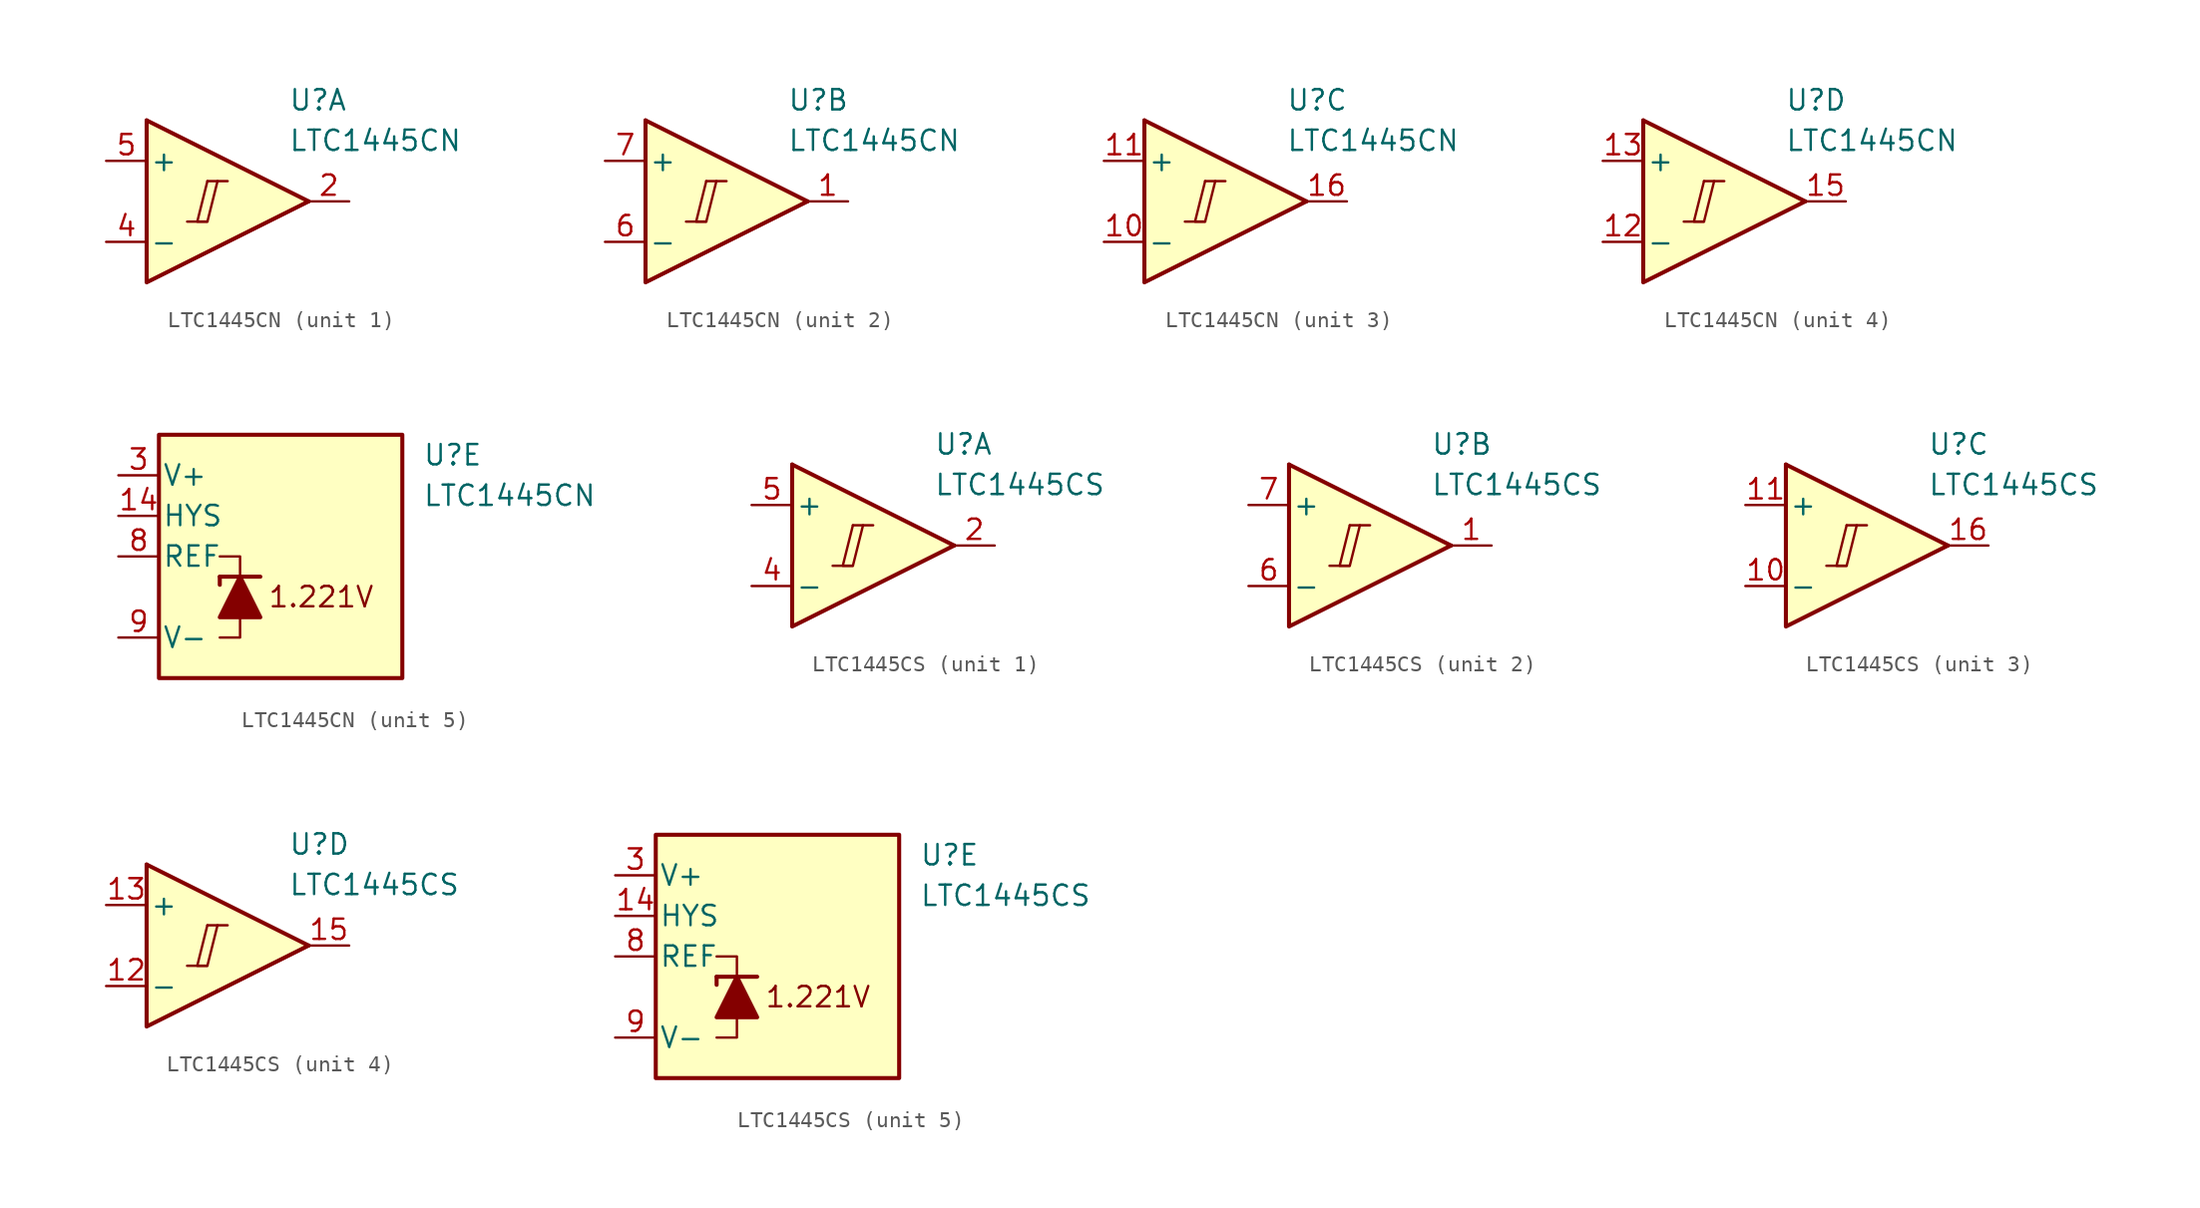
<source format=kicad_sym>
(kicad_symbol_lib
  (version 20231120)
  (generator "kicad_symbol_editor")
  (generator_version "8.0")
  (symbol "LTC1445CN"
    (pin_names
      (offset 0.2))
    (property "Reference" "U"
      (at 5.08 6.35 0)
      (effects (font (size 1.27 1.27)) (justify left)))
    (property "Value" "LTC1445CN"
      (at 5.08 3.81 0)
      (effects (font (size 1.27 1.27)) (justify left)))
    (property "ki_locked" ""
      (at 0 0 0)
      (effects (font (size 1.27 1.27))))
    (symbol "LTC1445CN_1_0"
      (polyline (pts (xy -1.27 -1.27) (xy 0 -1.27)) (stroke (width 0.152) (type default)) (fill (type none)))
      (polyline (pts (xy 0 1.27) (xy 1.27 1.27)) (stroke (width 0.152) (type default)) (fill (type none)))
      (polyline (pts (xy 0 1.27) (xy -0.635 -1.27) (xy 0 -1.27) (xy 0.635 1.27)) (stroke (width 0.152) (type default)) (fill (type none))))
    (symbol "LTC1445CN_1_1"
      (polyline (pts (xy -3.81 5.08) (xy 6.35 0)) (stroke (width 0.254) (type default)) (fill (type none)))
      (polyline (pts (xy -3.81 5.08) (xy -3.81 -5.08) (xy 6.35 0)) (stroke (width 0.254) (type default)) (fill (type background)))
      (pin output line (at 8.89 0 180) (length 2.54) (name "~" (effects (font (size 1.27 1.27)))) (number "2" (effects (font (size 1.27 1.27)))))
      (pin input line (at -6.35 -2.54 0) (length 2.54) (name "-" (effects (font (size 1.27 1.27)))) (number "4" (effects (font (size 1.27 1.27)))))
      (pin input line (at -6.35 2.54 0) (length 2.54) (name "+" (effects (font (size 1.27 1.27)))) (number "5" (effects (font (size 1.27 1.27))))))
    (symbol "LTC1445CN_2_0"
      (polyline (pts (xy -1.27 -1.27) (xy 0 -1.27)) (stroke (width 0.152) (type default)) (fill (type none)))
      (polyline (pts (xy 0 1.27) (xy 1.27 1.27)) (stroke (width 0.152) (type default)) (fill (type none)))
      (polyline (pts (xy 0 1.27) (xy -0.635 -1.27) (xy 0 -1.27) (xy 0.635 1.27)) (stroke (width 0.152) (type default)) (fill (type none))))
    (symbol "LTC1445CN_2_1"
      (polyline (pts (xy -3.81 5.08) (xy 6.35 0)) (stroke (width 0.254) (type default)) (fill (type none)))
      (polyline (pts (xy -3.81 5.08) (xy -3.81 -5.08) (xy 6.35 0)) (stroke (width 0.254) (type default)) (fill (type background)))
      (pin output line (at 8.89 0 180) (length 2.54) (name "~" (effects (font (size 1.27 1.27)))) (number "1" (effects (font (size 1.27 1.27)))))
      (pin input line (at -6.35 -2.54 0) (length 2.54) (name "-" (effects (font (size 1.27 1.27)))) (number "6" (effects (font (size 1.27 1.27)))))
      (pin input line (at -6.35 2.54 0) (length 2.54) (name "+" (effects (font (size 1.27 1.27)))) (number "7" (effects (font (size 1.27 1.27))))))
    (symbol "LTC1445CN_3_0"
      (polyline (pts (xy -1.27 -1.27) (xy 0 -1.27)) (stroke (width 0.152) (type default)) (fill (type none)))
      (polyline (pts (xy 0 1.27) (xy 1.27 1.27)) (stroke (width 0.152) (type default)) (fill (type none)))
      (polyline (pts (xy 0 1.27) (xy -0.635 -1.27) (xy 0 -1.27) (xy 0.635 1.27)) (stroke (width 0.152) (type default)) (fill (type none))))
    (symbol "LTC1445CN_3_1"
      (polyline (pts (xy -3.81 5.08) (xy 6.35 0)) (stroke (width 0.254) (type default)) (fill (type none)))
      (polyline (pts (xy -3.81 5.08) (xy -3.81 -5.08) (xy 6.35 0)) (stroke (width 0.254) (type default)) (fill (type background)))
      (pin input line (at -6.35 -2.54 0) (length 2.54) (name "-" (effects (font (size 1.27 1.27)))) (number "10" (effects (font (size 1.27 1.27)))))
      (pin input line (at -6.35 2.54 0) (length 2.54) (name "+" (effects (font (size 1.27 1.27)))) (number "11" (effects (font (size 1.27 1.27)))))
      (pin output line (at 8.89 0 180) (length 2.54) (name "~" (effects (font (size 1.27 1.27)))) (number "16" (effects (font (size 1.27 1.27))))))
    (symbol "LTC1445CN_4_0"
      (polyline (pts (xy -1.27 -1.27) (xy 0 -1.27)) (stroke (width 0.152) (type default)) (fill (type none)))
      (polyline (pts (xy 0 1.27) (xy 1.27 1.27)) (stroke (width 0.152) (type default)) (fill (type none)))
      (polyline (pts (xy 0 1.27) (xy -0.635 -1.27) (xy 0 -1.27) (xy 0.635 1.27)) (stroke (width 0.152) (type default)) (fill (type none))))
    (symbol "LTC1445CN_4_1"
      (polyline (pts (xy -3.81 5.08) (xy 6.35 0)) (stroke (width 0.254) (type default)) (fill (type none)))
      (polyline (pts (xy -3.81 5.08) (xy -3.81 -5.08) (xy 6.35 0)) (stroke (width 0.254) (type default)) (fill (type background)))
      (pin input line (at -6.35 -2.54 0) (length 2.54) (name "-" (effects (font (size 1.27 1.27)))) (number "12" (effects (font (size 1.27 1.27)))))
      (pin input line (at -6.35 2.54 0) (length 2.54) (name "+" (effects (font (size 1.27 1.27)))) (number "13" (effects (font (size 1.27 1.27)))))
      (pin output line (at 8.89 0 180) (length 2.54) (name "~" (effects (font (size 1.27 1.27)))) (number "15" (effects (font (size 1.27 1.27))))))
    (symbol "LTC1445CN_5_0"
      (text "1.221V" (at -1.27 -2.54 0) (effects (font (size 1.27 1.27)))))
    (symbol "LTC1445CN_5_1"
      (rectangle (start -11.43 7.62) (end 3.81 -7.62) (stroke (width 0.254) (type default)) (fill (type background)))
      (polyline (pts (xy -7.62 -1.27) (xy -7.62 -1.778)) (stroke (width 0.254) (type default)) (fill (type none)))
      (polyline (pts (xy -7.62 -1.27) (xy -5.08 -1.27)) (stroke (width 0.254) (type default)) (fill (type none)))
      (polyline (pts (xy -6.35 -3.81) (xy -6.35 -5.08) (xy -7.62 -5.08)) (stroke (width 0) (type default)) (fill (type none)))
      (polyline (pts (xy -6.35 -1.27) (xy -6.35 0) (xy -7.62 0)) (stroke (width 0) (type default)) (fill (type none)))
      (polyline (pts (xy -5.08 -3.81) (xy -7.62 -3.81) (xy -6.35 -1.27) (xy -5.08 -3.81)) (stroke (width 0.254) (type default)) (fill (type outline)))
      (pin input line (at -13.97 2.54 0) (length 2.54) (name "HYS" (effects (font (size 1.27 1.27)))) (number "14" (effects (font (size 1.27 1.27)))))
      (pin power_in line (at -13.97 5.08 0) (length 2.54) (name "V+" (effects (font (size 1.27 1.27)))) (number "3" (effects (font (size 1.27 1.27)))))
      (pin output line (at -13.97 0 0) (length 2.54) (name "REF" (effects (font (size 1.27 1.27)))) (number "8" (effects (font (size 1.27 1.27)))))
      (pin power_in line (at -13.97 -5.08 0) (length 2.54) (name "V-" (effects (font (size 1.27 1.27)))) (number "9" (effects (font (size 1.27 1.27)))))))
  (symbol "LTC1445CS"
    (pin_names
      (offset 0.2))
    (property "Reference" "U"
      (at 5.08 6.35 0)
      (effects (font (size 1.27 1.27)) (justify left)))
    (property "Value" "LTC1445CS"
      (at 5.08 3.81 0)
      (effects (font (size 1.27 1.27)) (justify left)))
    (property "ki_locked" ""
      (at 0 0 0)
      (effects (font (size 1.27 1.27))))
    (symbol "LTC1445CS_1_0"
      (polyline (pts (xy -1.27 -1.27) (xy 0 -1.27)) (stroke (width 0.152) (type default)) (fill (type none)))
      (polyline (pts (xy 0 1.27) (xy 1.27 1.27)) (stroke (width 0.152) (type default)) (fill (type none)))
      (polyline (pts (xy 0 1.27) (xy -0.635 -1.27) (xy 0 -1.27) (xy 0.635 1.27)) (stroke (width 0.152) (type default)) (fill (type none))))
    (symbol "LTC1445CS_1_1"
      (polyline (pts (xy -3.81 5.08) (xy 6.35 0)) (stroke (width 0.254) (type default)) (fill (type none)))
      (polyline (pts (xy -3.81 5.08) (xy -3.81 -5.08) (xy 6.35 0)) (stroke (width 0.254) (type default)) (fill (type background)))
      (pin output line (at 8.89 0 180) (length 2.54) (name "~" (effects (font (size 1.27 1.27)))) (number "2" (effects (font (size 1.27 1.27)))))
      (pin input line (at -6.35 -2.54 0) (length 2.54) (name "-" (effects (font (size 1.27 1.27)))) (number "4" (effects (font (size 1.27 1.27)))))
      (pin input line (at -6.35 2.54 0) (length 2.54) (name "+" (effects (font (size 1.27 1.27)))) (number "5" (effects (font (size 1.27 1.27))))))
    (symbol "LTC1445CS_2_0"
      (polyline (pts (xy -1.27 -1.27) (xy 0 -1.27)) (stroke (width 0.152) (type default)) (fill (type none)))
      (polyline (pts (xy 0 1.27) (xy 1.27 1.27)) (stroke (width 0.152) (type default)) (fill (type none)))
      (polyline (pts (xy 0 1.27) (xy -0.635 -1.27) (xy 0 -1.27) (xy 0.635 1.27)) (stroke (width 0.152) (type default)) (fill (type none))))
    (symbol "LTC1445CS_2_1"
      (polyline (pts (xy -3.81 5.08) (xy 6.35 0)) (stroke (width 0.254) (type default)) (fill (type none)))
      (polyline (pts (xy -3.81 5.08) (xy -3.81 -5.08) (xy 6.35 0)) (stroke (width 0.254) (type default)) (fill (type background)))
      (pin output line (at 8.89 0 180) (length 2.54) (name "~" (effects (font (size 1.27 1.27)))) (number "1" (effects (font (size 1.27 1.27)))))
      (pin input line (at -6.35 -2.54 0) (length 2.54) (name "-" (effects (font (size 1.27 1.27)))) (number "6" (effects (font (size 1.27 1.27)))))
      (pin input line (at -6.35 2.54 0) (length 2.54) (name "+" (effects (font (size 1.27 1.27)))) (number "7" (effects (font (size 1.27 1.27))))))
    (symbol "LTC1445CS_3_0"
      (polyline (pts (xy -1.27 -1.27) (xy 0 -1.27)) (stroke (width 0.152) (type default)) (fill (type none)))
      (polyline (pts (xy 0 1.27) (xy 1.27 1.27)) (stroke (width 0.152) (type default)) (fill (type none)))
      (polyline (pts (xy 0 1.27) (xy -0.635 -1.27) (xy 0 -1.27) (xy 0.635 1.27)) (stroke (width 0.152) (type default)) (fill (type none))))
    (symbol "LTC1445CS_3_1"
      (polyline (pts (xy -3.81 5.08) (xy 6.35 0)) (stroke (width 0.254) (type default)) (fill (type none)))
      (polyline (pts (xy -3.81 5.08) (xy -3.81 -5.08) (xy 6.35 0)) (stroke (width 0.254) (type default)) (fill (type background)))
      (pin input line (at -6.35 -2.54 0) (length 2.54) (name "-" (effects (font (size 1.27 1.27)))) (number "10" (effects (font (size 1.27 1.27)))))
      (pin input line (at -6.35 2.54 0) (length 2.54) (name "+" (effects (font (size 1.27 1.27)))) (number "11" (effects (font (size 1.27 1.27)))))
      (pin output line (at 8.89 0 180) (length 2.54) (name "~" (effects (font (size 1.27 1.27)))) (number "16" (effects (font (size 1.27 1.27))))))
    (symbol "LTC1445CS_4_0"
      (polyline (pts (xy -1.27 -1.27) (xy 0 -1.27)) (stroke (width 0.152) (type default)) (fill (type none)))
      (polyline (pts (xy 0 1.27) (xy 1.27 1.27)) (stroke (width 0.152) (type default)) (fill (type none)))
      (polyline (pts (xy 0 1.27) (xy -0.635 -1.27) (xy 0 -1.27) (xy 0.635 1.27)) (stroke (width 0.152) (type default)) (fill (type none))))
    (symbol "LTC1445CS_4_1"
      (polyline (pts (xy -3.81 5.08) (xy 6.35 0)) (stroke (width 0.254) (type default)) (fill (type none)))
      (polyline (pts (xy -3.81 5.08) (xy -3.81 -5.08) (xy 6.35 0)) (stroke (width 0.254) (type default)) (fill (type background)))
      (pin input line (at -6.35 -2.54 0) (length 2.54) (name "-" (effects (font (size 1.27 1.27)))) (number "12" (effects (font (size 1.27 1.27)))))
      (pin input line (at -6.35 2.54 0) (length 2.54) (name "+" (effects (font (size 1.27 1.27)))) (number "13" (effects (font (size 1.27 1.27)))))
      (pin output line (at 8.89 0 180) (length 2.54) (name "~" (effects (font (size 1.27 1.27)))) (number "15" (effects (font (size 1.27 1.27))))))
    (symbol "LTC1445CS_5_0"
      (text "1.221V" (at -1.27 -2.54 0) (effects (font (size 1.27 1.27)))))
    (symbol "LTC1445CS_5_1"
      (rectangle (start -11.43 7.62) (end 3.81 -7.62) (stroke (width 0.254) (type default)) (fill (type background)))
      (polyline (pts (xy -7.62 -1.27) (xy -7.62 -1.778)) (stroke (width 0.254) (type default)) (fill (type none)))
      (polyline (pts (xy -7.62 -1.27) (xy -5.08 -1.27)) (stroke (width 0.254) (type default)) (fill (type none)))
      (polyline (pts (xy -6.35 -3.81) (xy -6.35 -5.08) (xy -7.62 -5.08)) (stroke (width 0) (type default)) (fill (type none)))
      (polyline (pts (xy -6.35 -1.27) (xy -6.35 0) (xy -7.62 0)) (stroke (width 0) (type default)) (fill (type none)))
      (polyline (pts (xy -5.08 -3.81) (xy -7.62 -3.81) (xy -6.35 -1.27) (xy -5.08 -3.81)) (stroke (width 0.254) (type default)) (fill (type outline)))
      (pin input line (at -13.97 2.54 0) (length 2.54) (name "HYS" (effects (font (size 1.27 1.27)))) (number "14" (effects (font (size 1.27 1.27)))))
      (pin power_in line (at -13.97 5.08 0) (length 2.54) (name "V+" (effects (font (size 1.27 1.27)))) (number "3" (effects (font (size 1.27 1.27)))))
      (pin output line (at -13.97 0 0) (length 2.54) (name "REF" (effects (font (size 1.27 1.27)))) (number "8" (effects (font (size 1.27 1.27)))))
      (pin power_in line (at -13.97 -5.08 0) (length 2.54) (name "V-" (effects (font (size 1.27 1.27)))) (number "9" (effects (font (size 1.27 1.27))))))))
</source>
